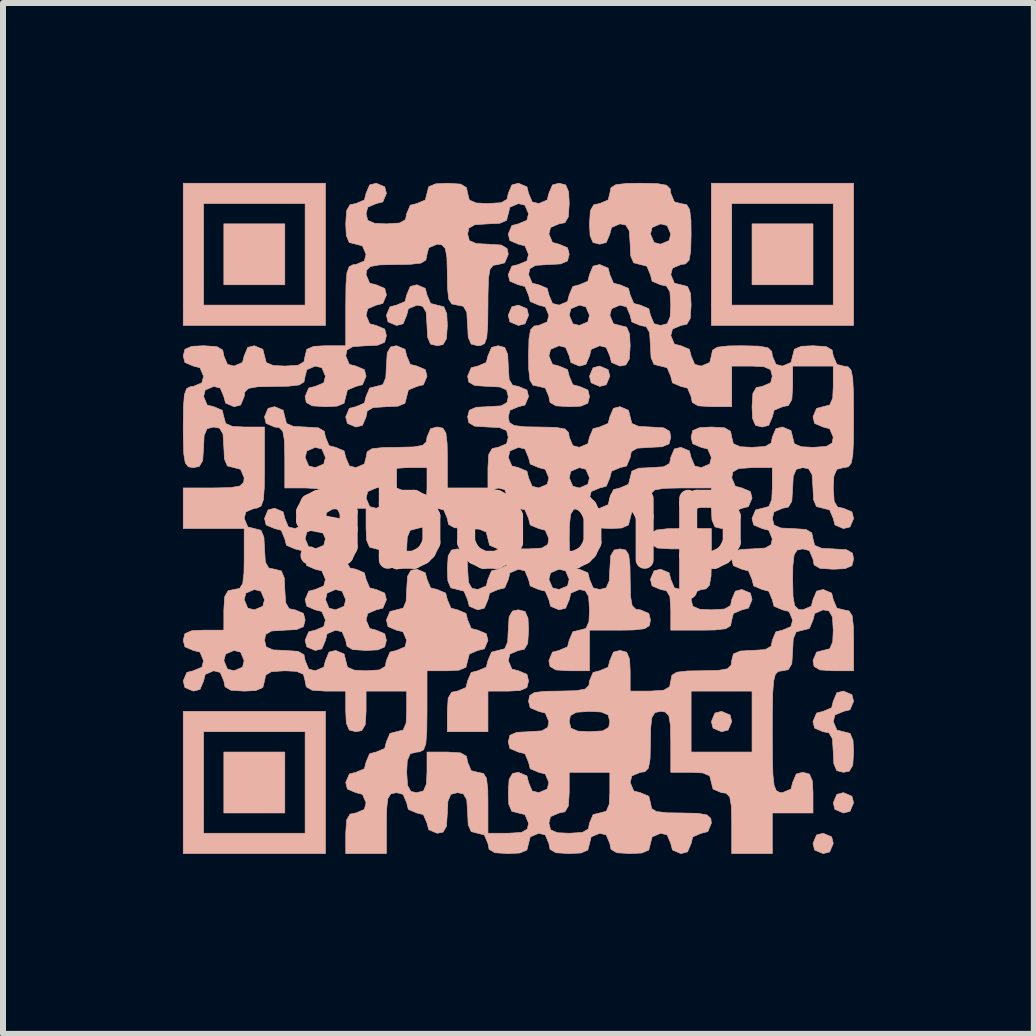
<source format=kicad_pcb>
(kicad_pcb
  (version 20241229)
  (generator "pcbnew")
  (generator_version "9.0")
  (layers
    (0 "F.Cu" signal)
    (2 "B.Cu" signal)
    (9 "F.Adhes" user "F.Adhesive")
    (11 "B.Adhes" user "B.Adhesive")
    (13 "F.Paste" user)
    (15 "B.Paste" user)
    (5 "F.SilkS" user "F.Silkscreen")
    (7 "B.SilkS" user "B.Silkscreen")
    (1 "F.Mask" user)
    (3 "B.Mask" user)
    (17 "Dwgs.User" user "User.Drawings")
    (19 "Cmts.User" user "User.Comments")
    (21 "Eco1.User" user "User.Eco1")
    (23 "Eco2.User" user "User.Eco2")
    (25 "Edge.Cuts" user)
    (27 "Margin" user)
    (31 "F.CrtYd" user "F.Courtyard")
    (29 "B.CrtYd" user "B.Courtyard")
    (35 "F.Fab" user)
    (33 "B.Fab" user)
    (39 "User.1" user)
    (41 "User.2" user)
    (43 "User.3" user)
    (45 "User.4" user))
  (footprint "qrcode"
    (layer "F.Cu")
    (at 5.593 5.593)
    (property "Reference" "qrcode" (at 0 0 0) (layer "B.SilkS") (effects (font (size 1.524 1.524) (thickness 0.3)) (justify mirror)))
    (attr smd)
    (fp_poly (pts (xy -3.895 -3.895) (xy -4.911 -3.895) (xy -4.911 -4.911) (xy -3.895 -4.911) (xy -3.895 -3.895)) (stroke (width 0.01) (type solid)) (fill yes) (layer "B.SilkS"))
    (fp_poly (pts (xy -3.895 4.911) (xy -4.911 4.911) (xy -4.911 3.895) (xy -3.895 3.895) (xy -3.895 4.911)) (stroke (width 0.01) (type solid)) (fill yes) (layer "B.SilkS"))
    (fp_poly (pts (xy 4.911 -3.895) (xy 3.895 -3.895) (xy 3.895 -4.911) (xy 4.911 -4.911) (xy 4.911 -3.895)) (stroke (width 0.01) (type solid)) (fill yes) (layer "B.SilkS"))
    (fp_poly (pts (xy 0.142 -3.496) (xy 0.169 -3.387) (xy 0.109 -3.245) (xy 0 -3.217) (xy -0.142 -3.277) (xy -0.169 -3.387) (xy -0.109 -3.528) (xy 0 -3.556) (xy 0.142 -3.496)) (stroke (width 0.01) (type solid)) (fill yes) (layer "B.SilkS"))
    (fp_poly (pts (xy 1.496 -2.48) (xy 1.524 -2.371) (xy 1.464 -2.229) (xy 1.355 -2.201) (xy 1.213 -2.261) (xy 1.185 -2.371) (xy 1.245 -2.512) (xy 1.355 -2.54) (xy 1.496 -2.48)) (stroke (width 0.01) (type solid)) (fill yes) (layer "B.SilkS"))
    (fp_poly (pts (xy 3.528 3.277) (xy 3.556 3.387) (xy 3.496 3.528) (xy 3.387 3.556) (xy 3.245 3.496) (xy 3.217 3.387) (xy 3.277 3.245) (xy 3.387 3.217) (xy 3.528 3.277)) (stroke (width 0.01) (type solid)) (fill yes) (layer "B.SilkS"))
    (fp_poly (pts (xy 5.222 5.309) (xy 5.249 5.419) (xy 5.189 5.56) (xy 5.08 5.588) (xy 4.938 5.528) (xy 4.911 5.419) (xy 4.971 5.277) (xy 5.08 5.249) (xy 5.222 5.309)) (stroke (width 0.01) (type solid)) (fill yes) (layer "B.SilkS"))
    (fp_poly (pts (xy 5.56 4.632) (xy 5.588 4.741) (xy 5.528 4.883) (xy 5.419 4.911) (xy 5.277 4.851) (xy 5.249 4.741) (xy 5.309 4.6) (xy 5.419 4.572) (xy 5.56 4.632)) (stroke (width 0.01) (type solid)) (fill yes) (layer "B.SilkS"))
    (fp_poly (pts (xy -3.217 -3.217) (xy -5.588 -3.217) (xy -5.588 -5.249) (xy -5.249 -5.249) (xy -5.249 -3.556) (xy -3.556 -3.556) (xy -3.556 -5.249) (xy -5.249 -5.249) (xy -5.588 -5.249) (xy -5.588 -5.588) (xy -3.217 -5.588) (xy -3.217 -3.217)) (stroke (width 0.01) (type solid)) (fill yes) (layer "B.SilkS"))
    (fp_poly (pts (xy -3.217 5.588) (xy -5.588 5.588) (xy -5.588 3.556) (xy -5.249 3.556) (xy -5.249 5.249) (xy -3.556 5.249) (xy -3.556 3.556) (xy -5.249 3.556) (xy -5.588 3.556) (xy -5.588 3.217) (xy -3.217 3.217) (xy -3.217 5.588)) (stroke (width 0.01) (type solid)) (fill yes) (layer "B.SilkS"))
    (fp_poly (pts (xy 5.588 -3.217) (xy 3.217 -3.217) (xy 3.217 -5.249) (xy 3.556 -5.249) (xy 3.556 -3.556) (xy 5.249 -3.556) (xy 5.249 -5.249) (xy 3.556 -5.249) (xy 3.217 -5.249) (xy 3.217 -5.588) (xy 5.588 -5.588) (xy 5.588 -3.217)) (stroke (width 0.01) (type solid)) (fill yes) (layer "B.SilkS"))
    (fp_poly (pts (xy -1.552 -3.835) (xy -1.524 -3.725) (xy -1.464 -3.584) (xy -1.355 -3.556) (xy -1.244 -3.528) (xy -1.195 -3.413) (xy -1.185 -3.217) (xy -1.2 -2.996) (xy -1.257 -2.898) (xy -1.355 -2.879) (xy -1.465 -2.907) (xy -1.514 -3.022) (xy -1.524 -3.217) (xy -1.538 -3.439) (xy -1.596 -3.537) (xy -1.693 -3.556) (xy -1.835 -3.496) (xy -1.863 -3.387) (xy -1.923 -3.245) (xy -2.032 -3.217) (xy -2.174 -3.277) (xy -2.201 -3.387) (xy -2.141 -3.528) (xy -2.032 -3.556) (xy -1.89 -3.616) (xy -1.863 -3.725) (xy -1.803 -3.867) (xy -1.693 -3.895) (xy -1.552 -3.835)) (stroke (width 0.01) (type solid)) (fill yes) (layer "B.SilkS"))
    (fp_poly (pts (xy 5.56 2.939) (xy 5.588 3.048) (xy 5.528 3.19) (xy 5.419 3.217) (xy 5.277 3.277) (xy 5.249 3.387) (xy 5.309 3.528) (xy 5.419 3.556) (xy 5.529 3.584) (xy 5.578 3.699) (xy 5.588 3.895) (xy 5.574 4.116) (xy 5.516 4.214) (xy 5.419 4.233) (xy 5.308 4.205) (xy 5.259 4.09) (xy 5.249 3.895) (xy 5.235 3.673) (xy 5.178 3.575) (xy 5.08 3.556) (xy 4.938 3.496) (xy 4.911 3.387) (xy 4.971 3.245) (xy 5.08 3.217) (xy 5.222 3.157) (xy 5.249 3.048) (xy 5.309 2.906) (xy 5.419 2.879) (xy 5.56 2.939)) (stroke (width 0.01) (type solid)) (fill yes) (layer "B.SilkS"))
    (fp_poly (pts (xy -1.89 -2.819) (xy -1.863 -2.709) (xy -1.803 -2.568) (xy -1.693 -2.54) (xy -1.552 -2.48) (xy -1.524 -2.371) (xy -1.584 -2.229) (xy -1.693 -2.201) (xy -1.835 -2.141) (xy -1.863 -2.032) (xy -1.891 -1.921) (xy -2.006 -1.872) (xy -2.201 -1.863) (xy -2.423 -1.848) (xy -2.521 -1.791) (xy -2.54 -1.693) (xy -2.6 -1.552) (xy -2.709 -1.524) (xy -2.851 -1.584) (xy -2.879 -1.693) (xy -2.819 -1.835) (xy -2.709 -1.863) (xy -2.568 -1.923) (xy -2.54 -2.032) (xy -2.48 -2.174) (xy -2.371 -2.201) (xy -2.26 -2.23) (xy -2.211 -2.345) (xy -2.201 -2.54) (xy -2.187 -2.762) (xy -2.13 -2.859) (xy -2.032 -2.879) (xy -1.89 -2.819)) (stroke (width 0.01) (type solid)) (fill yes) (layer "B.SilkS"))
    (fp_poly (pts (xy 0.111 1.552) (xy 0.16 1.667) (xy 0.169 1.863) (xy 0.155 2.084) (xy 0.098 2.182) (xy 0 2.201) (xy -0.142 2.261) (xy -0.169 2.371) (xy -0.109 2.512) (xy 0 2.54) (xy 0.142 2.6) (xy 0.169 2.709) (xy 0.141 2.82) (xy 0.026 2.869) (xy -0.169 2.879) (xy -0.508 2.879) (xy -0.508 3.556) (xy -1.185 3.556) (xy -1.185 3.217) (xy -1.171 2.996) (xy -1.114 2.898) (xy -1.016 2.879) (xy -0.874 2.819) (xy -0.847 2.709) (xy -0.787 2.568) (xy -0.677 2.54) (xy -0.536 2.48) (xy -0.508 2.371) (xy -0.448 2.229) (xy -0.339 2.201) (xy -0.228 2.173) (xy -0.179 2.058) (xy -0.169 1.863) (xy -0.155 1.641) (xy -0.098 1.543) (xy 0 1.524) (xy 0.111 1.552)) (stroke (width 0.01) (type solid)) (fill yes) (layer "B.SilkS"))
    (fp_poly (pts (xy 3.217 0.677) (xy 3.211 0.961) (xy 3.184 1.114) (xy 3.123 1.176) (xy 3.048 1.185) (xy 2.906 1.245) (xy 2.879 1.355) (xy 2.907 1.465) (xy 3.022 1.514) (xy 3.217 1.524) (xy 3.439 1.51) (xy 3.537 1.452) (xy 3.556 1.355) (xy 3.616 1.213) (xy 3.725 1.185) (xy 3.867 1.245) (xy 3.895 1.355) (xy 3.835 1.496) (xy 3.725 1.524) (xy 3.584 1.584) (xy 3.556 1.693) (xy 3.537 1.788) (xy 3.456 1.839) (xy 3.273 1.86) (xy 3.048 1.863) (xy 2.54 1.863) (xy 2.54 1.524) (xy 2.526 1.302) (xy 2.468 1.205) (xy 2.371 1.185) (xy 2.229 1.125) (xy 2.201 1.016) (xy 2.261 0.874) (xy 2.371 0.847) (xy 2.512 0.907) (xy 2.54 1.016) (xy 2.6 1.158) (xy 2.709 1.185) (xy 2.82 1.157) (xy 2.869 1.042) (xy 2.879 0.847) (xy 2.879 0.508) (xy 2.54 0.508) (xy 2.318 0.494) (xy 2.221 0.436) (xy 2.201 0.339) (xy 2.22 0.244) (xy 2.301 0.193) (xy 2.484 0.172) (xy 2.709 0.169) (xy 3.217 0.169) (xy 3.217 0.677)) (stroke (width 0.01) (type solid)) (fill yes) (layer "B.SilkS"))
    (fp_poly (pts (xy -0.228 -2.85) (xy -0.179 -2.735) (xy -0.169 -2.54) (xy -0.155 -2.318) (xy -0.098 -2.221) (xy 0 -2.201) (xy 0.142 -2.141) (xy 0.169 -2.032) (xy 0.109 -1.89) (xy 0 -1.863) (xy -0.142 -1.803) (xy -0.169 -1.693) (xy -0.151 -1.599) (xy -0.069 -1.548) (xy 0.114 -1.527) (xy 0.339 -1.524) (xy 0.622 -1.518) (xy 0.776 -1.491) (xy 0.837 -1.43) (xy 0.847 -1.355) (xy 0.907 -1.213) (xy 1.016 -1.185) (xy 1.158 -1.245) (xy 1.185 -1.355) (xy 1.245 -1.496) (xy 1.355 -1.524) (xy 1.496 -1.584) (xy 1.524 -1.693) (xy 1.584 -1.835) (xy 1.693 -1.863) (xy 1.835 -1.803) (xy 1.863 -1.693) (xy 1.891 -1.583) (xy 2.006 -1.534) (xy 2.201 -1.524) (xy 2.423 -1.51) (xy 2.521 -1.452) (xy 2.54 -1.355) (xy 2.512 -1.244) (xy 2.397 -1.195) (xy 2.201 -1.185) (xy 1.98 -1.171) (xy 1.882 -1.114) (xy 1.863 -1.016) (xy 1.803 -0.874) (xy 1.693 -0.847) (xy 1.552 -0.787) (xy 1.524 -0.677) (xy 1.464 -0.536) (xy 1.355 -0.508) (xy 1.213 -0.448) (xy 1.185 -0.339) (xy 1.125 -0.197) (xy 1.016 -0.169) (xy 0.921 -0.151) (xy 0.87 -0.069) (xy 0.85 0.114) (xy 0.847 0.339) (xy 0.853 0.622) (xy 0.88 0.776) (xy 0.941 0.837) (xy 1.016 0.847) (xy 1.158 0.907) (xy 1.185 1.016) (xy 1.245 1.158) (xy 1.355 1.185) (xy 1.465 1.157) (xy 1.514 1.042) (xy 1.524 0.847) (xy 1.538 0.625) (xy 1.596 0.527) (xy 1.693 0.508) (xy 1.788 0.527) (xy 1.839 0.608) (xy 1.86 0.791) (xy 1.863 1.016) (xy 1.869 1.3) (xy 1.896 1.453) (xy 1.957 1.515) (xy 2.032 1.524) (xy 2.174 1.584) (xy 2.201 1.693) (xy 2.183 1.788) (xy 2.101 1.839) (xy 1.918 1.86) (xy 1.693 1.863) (xy 1.185 1.863) (xy 1.185 2.54) (xy 0.847 2.54) (xy 0.625 2.526) (xy 0.527 2.468) (xy 0.508 2.371) (xy 0.568 2.229) (xy 0.677 2.201) (xy 0.819 2.141) (xy 0.847 2.032) (xy 0.907 1.89) (xy 1.016 1.863) (xy 1.127 1.834) (xy 1.176 1.719) (xy 1.185 1.524) (xy 1.171 1.302) (xy 1.114 1.205) (xy 1.016 1.185) (xy 0.874 1.245) (xy 0.847 1.355) (xy 0.787 1.496) (xy 0.677 1.524) (xy 0.536 1.464) (xy 0.508 1.355) (xy 0.448 1.213) (xy 0.339 1.185) (xy 0.197 1.125) (xy 0.169 1.016) (xy 0.508 1.016) (xy 0.568 1.158) (xy 0.677 1.185) (xy 0.819 1.125) (xy 0.847 1.016) (xy 0.787 0.874) (xy 0.677 0.847) (xy 0.536 0.907) (xy 0.508 1.016) (xy 0.169 1.016) (xy 0.109 0.874) (xy 0 0.847) (xy -0.142 0.907) (xy -0.169 1.016) (xy -0.229 1.158) (xy -0.339 1.185) (xy -0.48 1.245) (xy -0.508 1.355) (xy -0.568 1.496) (xy -0.677 1.524) (xy -0.819 1.464) (xy -0.847 1.355) (xy -0.907 1.213) (xy -1.016 1.185) (xy -1.127 1.157) (xy -1.176 1.042) (xy -1.185 0.847) (xy -1.171 0.625) (xy -1.114 0.527) (xy -1.016 0.508) (xy -0.905 0.536) (xy -0.856 0.651) (xy -0.847 0.847) (xy -0.832 1.068) (xy -0.775 1.166) (xy -0.677 1.185) (xy -0.536 1.125) (xy -0.508 1.016) (xy -0.448 0.874) (xy -0.339 0.847) (xy -0.197 0.787) (xy -0.169 0.677) (xy -0.229 0.536) (xy -0.339 0.508) (xy -0.48 0.448) (xy -0.508 0.339) (xy -0.536 0.228) (xy -0.651 0.179) (xy -0.847 0.169) (xy -1.068 0.155) (xy -1.166 0.098) (xy -1.185 0) (xy -1.245 -0.142) (xy -1.355 -0.169) (xy -1.496 -0.109) (xy -1.524 0) (xy -1.584 0.142) (xy -1.693 0.169) (xy -1.804 0.198) (xy -1.853 0.313) (xy -1.863 0.508) (xy -1.877 0.73) (xy -1.934 0.827) (xy -2.032 0.847) (xy -2.174 0.787) (xy -2.201 0.677) (xy -2.261 0.536) (xy -2.371 0.508) (xy -2.481 0.48) (xy -2.53 0.365) (xy -2.54 0.169) (xy -2.54 -0.169) (xy -2.879 -0.169) (xy -3.1 -0.155) (xy -3.198 -0.098) (xy -3.217 0) (xy -3.157 0.142) (xy -3.048 0.169) (xy -2.937 0.198) (xy -2.888 0.313) (xy -2.879 0.508) (xy -2.864 0.73) (xy -2.807 0.827) (xy -2.709 0.847) (xy -2.568 0.907) (xy -2.54 1.016) (xy -2.48 1.158) (xy -2.371 1.185) (xy -2.229 1.245) (xy -2.201 1.355) (xy -2.261 1.496) (xy -2.371 1.524) (xy -2.512 1.584) (xy -2.54 1.693) (xy -2.48 1.835) (xy -2.371 1.863) (xy -2.229 1.923) (xy -2.201 2.032) (xy -2.23 2.143) (xy -2.345 2.192) (xy -2.54 2.201) (xy -2.762 2.187) (xy -2.859 2.13) (xy -2.879 2.032) (xy -2.939 1.89) (xy -3.048 1.863) (xy -3.19 1.923) (xy -3.217 2.032) (xy -3.277 2.174) (xy -3.387 2.201) (xy -3.528 2.141) (xy -3.556 2.032) (xy -3.496 1.89) (xy -3.387 1.863) (xy -3.245 1.803) (xy -3.217 1.693) (xy -3.277 1.552) (xy -3.387 1.524) (xy -3.528 1.464) (xy -3.556 1.355) (xy -3.217 1.355) (xy -3.157 1.496) (xy -3.048 1.524) (xy -2.906 1.464) (xy -2.879 1.355) (xy -2.939 1.213) (xy -3.048 1.185) (xy -3.19 1.245) (xy -3.217 1.355) (xy -3.556 1.355) (xy -3.496 1.213) (xy -3.387 1.185) (xy -3.245 1.125) (xy -3.217 1.016) (xy -3.277 0.874) (xy -3.387 0.847) (xy -3.528 0.787) (xy -3.556 0.677) (xy -3.616 0.536) (xy -3.725 0.508) (xy -3.867 0.448) (xy -3.895 0.339) (xy -3.556 0.339) (xy -3.496 0.48) (xy -3.387 0.508) (xy -3.245 0.448) (xy -3.217 0.339) (xy -3.277 0.197) (xy -3.387 0.169) (xy -3.528 0.229) (xy -3.556 0.339) (xy -3.895 0.339) (xy -3.955 0.197) (xy -4.064 0.169) (xy -4.206 0.109) (xy -4.233 0) (xy -4.173 -0.142) (xy -4.064 -0.169) (xy -3.922 -0.109) (xy -3.895 0) (xy -3.835 0.142) (xy -3.725 0.169) (xy -3.584 0.109) (xy -3.556 0) (xy -3.496 -0.142) (xy -3.387 -0.169) (xy -3.245 -0.229) (xy -3.217 -0.339) (xy -2.54 -0.339) (xy -2.48 -0.197) (xy -2.371 -0.169) (xy -2.229 -0.229) (xy -2.201 -0.339) (xy -2.141 -0.48) (xy -2.032 -0.508) (xy -1.89 -0.448) (xy -1.863 -0.339) (xy -1.803 -0.197) (xy -1.693 -0.169) (xy -1.583 -0.198) (xy -1.534 -0.313) (xy -1.532 -0.339) (xy -0.508 -0.339) (xy -0.448 -0.197) (xy -0.339 -0.169) (xy -0.228 -0.141) (xy -0.179 -0.026) (xy -0.169 0.169) (xy -0.169 0.508) (xy 0.169 0.508) (xy 0.391 0.494) (xy 0.489 0.436) (xy 0.508 0.339) (xy 0.448 0.197) (xy 0.339 0.169) (xy 0.197 0.109) (xy 0.169 0) (xy 0.109 -0.142) (xy 0 -0.169) (xy -0.142 -0.229) (xy -0.169 -0.339) (xy -0.229 -0.48) (xy -0.339 -0.508) (xy -0.48 -0.448) (xy -0.508 -0.339) (xy -1.532 -0.339) (xy -1.524 -0.508) (xy -1.524 -0.847) (xy -1.863 -0.847) (xy -2.084 -0.832) (xy -2.182 -0.775) (xy -2.201 -0.677) (xy -2.261 -0.536) (xy -2.371 -0.508) (xy -2.512 -0.448) (xy -2.54 -0.339) (xy -3.217 -0.339) (xy -3.246 -0.449) (xy -3.361 -0.498) (xy -3.556 -0.508) (xy -3.895 -0.508) (xy -3.895 -1.016) (xy -3.556 -1.016) (xy -3.496 -0.874) (xy -3.387 -0.847) (xy -3.245 -0.907) (xy -3.217 -1.016) (xy -3.277 -1.158) (xy -3.387 -1.185) (xy -3.528 -1.125) (xy -3.556 -1.016) (xy -3.895 -1.016) (xy -3.901 -1.3) (xy -3.928 -1.453) (xy -3.989 -1.515) (xy -4.064 -1.524) (xy -4.206 -1.584) (xy -4.233 -1.693) (xy -4.173 -1.835) (xy -4.064 -1.863) (xy -3.922 -1.803) (xy -3.895 -1.693) (xy -3.866 -1.583) (xy -3.751 -1.534) (xy -3.556 -1.524) (xy -3.334 -1.51) (xy -3.237 -1.452) (xy -3.217 -1.355) (xy -3.157 -1.213) (xy -3.048 -1.185) (xy -2.906 -1.125) (xy -2.879 -1.016) (xy -2.819 -0.874) (xy -2.709 -0.847) (xy -2.568 -0.907) (xy -2.54 -1.016) (xy -2.521 -1.111) (xy -2.44 -1.162) (xy -2.257 -1.182) (xy -2.032 -1.185) (xy -1.748 -1.192) (xy -1.595 -1.219) (xy -1.533 -1.28) (xy -1.524 -1.355) (xy -1.464 -1.496) (xy -1.355 -1.524) (xy -1.26 -1.505) (xy -1.209 -1.424) (xy -1.188 -1.241) (xy -1.185 -1.016) (xy -1.185 -0.508) (xy -0.508 -0.508) (xy -0.508 -0.847) (xy -0.497 -1.016) (xy -0.169 -1.016) (xy -0.109 -0.874) (xy 0 -0.847) (xy 0.142 -0.787) (xy 0.169 -0.677) (xy 0.229 -0.536) (xy 0.339 -0.508) (xy 0.48 -0.568) (xy 0.508 -0.677) (xy 0.847 -0.677) (xy 0.907 -0.536) (xy 1.016 -0.508) (xy 1.158 -0.568) (xy 1.185 -0.677) (xy 1.125 -0.819) (xy 1.016 -0.847) (xy 0.874 -0.787) (xy 0.847 -0.677) (xy 0.508 -0.677) (xy 0.448 -0.819) (xy 0.339 -0.847) (xy 0.197 -0.907) (xy 0.169 -1.016) (xy 0.109 -1.158) (xy 0 -1.185) (xy -0.142 -1.125) (xy -0.169 -1.016) (xy -0.497 -1.016) (xy -0.494 -1.068) (xy -0.436 -1.166) (xy -0.339 -1.185) (xy -0.197 -1.245) (xy -0.169 -1.355) (xy -0.198 -1.465) (xy -0.313 -1.514) (xy -0.508 -1.524) (xy -0.73 -1.538) (xy -0.827 -1.596) (xy -0.847 -1.693) (xy -0.818 -1.804) (xy -0.703 -1.853) (xy -0.508 -1.863) (xy -0.286 -1.877) (xy -0.189 -1.934) (xy -0.169 -2.032) (xy -0.198 -2.143) (xy -0.313 -2.192) (xy -0.508 -2.201) (xy -0.73 -2.216) (xy -0.827 -2.273) (xy -0.847 -2.371) (xy -0.787 -2.512) (xy -0.677 -2.54) (xy -0.536 -2.6) (xy -0.508 -2.709) (xy -0.448 -2.851) (xy -0.339 -2.879) (xy -0.228 -2.85)) (stroke (width 0.01) (type solid)) (fill yes) (layer "B.SilkS"))
    (fp_poly (pts (xy 2.316 -5.582) (xy 2.469 -5.555) (xy 2.531 -5.494) (xy 2.54 -5.419) (xy 2.6 -5.277) (xy 2.709 -5.249) (xy 2.804 -5.231) (xy 2.855 -5.149) (xy 2.876 -4.966) (xy 2.879 -4.741) (xy 2.872 -4.458) (xy 2.845 -4.304) (xy 2.784 -4.243) (xy 2.709 -4.233) (xy 2.568 -4.173) (xy 2.54 -4.064) (xy 2.6 -3.922) (xy 2.709 -3.895) (xy 2.82 -3.866) (xy 2.869 -3.751) (xy 2.879 -3.556) (xy 2.864 -3.334) (xy 2.807 -3.237) (xy 2.709 -3.217) (xy 2.568 -3.157) (xy 2.54 -3.048) (xy 2.6 -2.906) (xy 2.709 -2.879) (xy 2.851 -2.819) (xy 2.879 -2.709) (xy 2.939 -2.568) (xy 3.048 -2.54) (xy 3.19 -2.6) (xy 3.217 -2.709) (xy 3.236 -2.804) (xy 3.317 -2.855) (xy 3.5 -2.876) (xy 3.725 -2.879) (xy 4.009 -2.872) (xy 4.162 -2.845) (xy 4.224 -2.784) (xy 4.233 -2.709) (xy 4.293 -2.568) (xy 4.403 -2.54) (xy 4.544 -2.6) (xy 4.572 -2.709) (xy 4.6 -2.82) (xy 4.715 -2.869) (xy 4.911 -2.879) (xy 5.132 -2.864) (xy 5.23 -2.807) (xy 5.249 -2.709) (xy 5.309 -2.568) (xy 5.419 -2.54) (xy 5.496 -2.528) (xy 5.545 -2.473) (xy 5.573 -2.343) (xy 5.585 -2.109) (xy 5.588 -1.739) (xy 5.588 -1.693) (xy 5.586 -1.308) (xy 5.575 -1.061) (xy 5.549 -0.923) (xy 5.502 -0.861) (xy 5.428 -0.847) (xy 5.419 -0.847) (xy 5.308 -0.818) (xy 5.259 -0.703) (xy 5.249 -0.508) (xy 5.264 -0.286) (xy 5.321 -0.189) (xy 5.419 -0.169) (xy 5.56 -0.109) (xy 5.588 0) (xy 5.528 0.142) (xy 5.419 0.169) (xy 5.277 0.109) (xy 5.249 0) (xy 5.189 -0.142) (xy 5.08 -0.169) (xy 4.969 -0.198) (xy 4.92 -0.313) (xy 4.911 -0.508) (xy 4.896 -0.73) (xy 4.839 -0.827) (xy 4.741 -0.847) (xy 4.631 -0.818) (xy 4.582 -0.703) (xy 4.572 -0.508) (xy 4.558 -0.286) (xy 4.5 -0.189) (xy 4.403 -0.169) (xy 4.261 -0.109) (xy 4.233 0) (xy 4.262 0.111) (xy 4.377 0.16) (xy 4.572 0.169) (xy 4.794 0.184) (xy 4.891 0.241) (xy 4.911 0.339) (xy 4.939 0.449) (xy 5.054 0.498) (xy 5.249 0.508) (xy 5.471 0.522) (xy 5.569 0.58) (xy 5.588 0.677) (xy 5.56 0.788) (xy 5.445 0.837) (xy 5.249 0.847) (xy 5.028 0.832) (xy 4.93 0.775) (xy 4.911 0.677) (xy 4.851 0.536) (xy 4.741 0.508) (xy 4.647 0.527) (xy 4.596 0.608) (xy 4.575 0.791) (xy 4.572 1.016) (xy 4.578 1.3) (xy 4.605 1.453) (xy 4.666 1.515) (xy 4.741 1.524) (xy 4.883 1.464) (xy 4.911 1.355) (xy 4.971 1.213) (xy 5.08 1.185) (xy 5.222 1.245) (xy 5.249 1.355) (xy 5.309 1.496) (xy 5.419 1.524) (xy 5.513 1.543) (xy 5.564 1.624) (xy 5.585 1.807) (xy 5.588 2.032) (xy 5.588 2.54) (xy 5.249 2.54) (xy 5.028 2.526) (xy 4.93 2.468) (xy 4.911 2.371) (xy 4.971 2.229) (xy 5.08 2.201) (xy 5.191 2.173) (xy 5.24 2.058) (xy 5.249 1.863) (xy 5.235 1.641) (xy 5.178 1.543) (xy 5.08 1.524) (xy 4.938 1.584) (xy 4.911 1.693) (xy 4.851 1.835) (xy 4.741 1.863) (xy 4.631 1.891) (xy 4.582 2.006) (xy 4.572 2.201) (xy 4.558 2.423) (xy 4.5 2.521) (xy 4.403 2.54) (xy 4.331 2.55) (xy 4.283 2.599) (xy 4.254 2.714) (xy 4.239 2.924) (xy 4.234 3.257) (xy 4.233 3.556) (xy 4.235 3.985) (xy 4.243 4.273) (xy 4.262 4.447) (xy 4.297 4.536) (xy 4.353 4.568) (xy 4.403 4.572) (xy 4.544 4.512) (xy 4.572 4.403) (xy 4.632 4.261) (xy 4.741 4.233) (xy 4.852 4.262) (xy 4.901 4.377) (xy 4.911 4.572) (xy 4.911 4.911) (xy 4.233 4.911) (xy 4.233 5.588) (xy 3.556 5.588) (xy 3.556 5.08) (xy 3.55 4.796) (xy 3.523 4.643) (xy 3.462 4.581) (xy 3.387 4.572) (xy 3.245 4.512) (xy 3.217 4.403) (xy 3.189 4.292) (xy 3.074 4.243) (xy 2.879 4.233) (xy 2.54 4.233) (xy 2.54 3.725) (xy 2.534 3.442) (xy 2.507 3.288) (xy 2.446 3.227) (xy 2.371 3.217) (xy 2.276 3.236) (xy 2.225 3.317) (xy 2.204 3.5) (xy 2.201 3.725) (xy 2.195 4.009) (xy 2.168 4.162) (xy 2.107 4.224) (xy 2.032 4.233) (xy 1.89 4.293) (xy 1.863 4.403) (xy 1.923 4.544) (xy 2.032 4.572) (xy 2.174 4.632) (xy 2.201 4.741) (xy 2.22 4.836) (xy 2.301 4.887) (xy 2.484 4.908) (xy 2.709 4.911) (xy 2.993 4.917) (xy 3.146 4.944) (xy 3.208 5.005) (xy 3.217 5.08) (xy 3.157 5.222) (xy 3.048 5.249) (xy 2.906 5.309) (xy 2.879 5.419) (xy 2.819 5.56) (xy 2.709 5.588) (xy 2.568 5.528) (xy 2.54 5.419) (xy 2.48 5.277) (xy 2.371 5.249) (xy 2.229 5.309) (xy 2.201 5.419) (xy 2.173 5.529) (xy 2.058 5.578) (xy 1.863 5.588) (xy 1.641 5.574) (xy 1.543 5.516) (xy 1.524 5.419) (xy 1.464 5.277) (xy 1.355 5.249) (xy 1.213 5.309) (xy 1.185 5.419) (xy 1.157 5.529) (xy 1.042 5.578) (xy 0.847 5.588) (xy 0.625 5.574) (xy 0.527 5.516) (xy 0.508 5.419) (xy 0.448 5.277) (xy 0.339 5.249) (xy 0.197 5.309) (xy 0.169 5.419) (xy 0.141 5.529) (xy 0.026 5.578) (xy -0.169 5.588) (xy -0.391 5.574) (xy -0.489 5.516) (xy -0.508 5.419) (xy -0.568 5.277) (xy -0.677 5.249) (xy -0.788 5.221) (xy -0.837 5.106) (xy -0.847 4.911) (xy -0.861 4.689) (xy -0.918 4.591) (xy -1.016 4.572) (xy -1.127 4.6) (xy -1.176 4.715) (xy -1.185 4.911) (xy -1.2 5.132) (xy -1.257 5.23) (xy -1.355 5.249) (xy -1.496 5.189) (xy -1.524 5.08) (xy -1.584 4.938) (xy -1.693 4.911) (xy -1.835 4.851) (xy -1.863 4.741) (xy -1.923 4.6) (xy -2.032 4.572) (xy -2.127 4.591) (xy -2.178 4.672) (xy -2.198 4.855) (xy -2.201 5.08) (xy -2.201 5.588) (xy -2.879 5.588) (xy -2.879 5.249) (xy -2.864 5.028) (xy -2.807 4.93) (xy -2.709 4.911) (xy -2.568 4.851) (xy -2.54 4.741) (xy -2.6 4.6) (xy -2.709 4.572) (xy -2.851 4.512) (xy -2.879 4.403) (xy -2.819 4.261) (xy -2.709 4.233) (xy -2.568 4.173) (xy -2.54 4.064) (xy -2.48 3.922) (xy -2.371 3.895) (xy -2.229 3.835) (xy -2.201 3.725) (xy -2.141 3.584) (xy -2.032 3.556) (xy -1.921 3.528) (xy -1.872 3.413) (xy -1.863 3.217) (xy -1.863 2.879) (xy -2.54 2.879) (xy -2.54 3.217) (xy -2.554 3.439) (xy -2.612 3.537) (xy -2.709 3.556) (xy -2.82 3.528) (xy -2.869 3.413) (xy -2.879 3.217) (xy -2.879 2.879) (xy -3.217 2.879) (xy -3.439 2.864) (xy -3.537 2.807) (xy -3.556 2.709) (xy -3.584 2.599) (xy -3.699 2.55) (xy -3.895 2.54) (xy -4.116 2.554) (xy -4.214 2.612) (xy -4.233 2.709) (xy -4.262 2.82) (xy -4.377 2.869) (xy -4.572 2.879) (xy -4.794 2.864) (xy -4.891 2.807) (xy -4.911 2.709) (xy -4.971 2.568) (xy -5.08 2.54) (xy -5.222 2.6) (xy -5.249 2.709) (xy -5.309 2.851) (xy -5.419 2.879) (xy -5.56 2.819) (xy -5.588 2.709) (xy -5.528 2.568) (xy -5.419 2.54) (xy -5.277 2.48) (xy -5.249 2.371) (xy -4.911 2.371) (xy -4.851 2.512) (xy -4.741 2.54) (xy -4.6 2.48) (xy -4.572 2.371) (xy -4.632 2.229) (xy -4.741 2.201) (xy -4.883 2.261) (xy -4.911 2.371) (xy -5.249 2.371) (xy -5.309 2.229) (xy -5.419 2.201) (xy -5.56 2.141) (xy -5.588 2.032) (xy -5.56 1.921) (xy -5.445 1.872) (xy -5.249 1.863) (xy -4.911 1.863) (xy -4.911 1.524) (xy -4.9 1.355) (xy -4.572 1.355) (xy -4.512 1.496) (xy -4.403 1.524) (xy -4.261 1.464) (xy -4.233 1.355) (xy -4.293 1.213) (xy -4.403 1.185) (xy -4.544 1.245) (xy -4.572 1.355) (xy -4.9 1.355) (xy -4.896 1.302) (xy -4.839 1.205) (xy -4.741 1.185) (xy -4.647 1.167) (xy -4.596 1.085) (xy -4.575 0.902) (xy -4.572 0.677) (xy -4.572 0.169) (xy -5.588 0.169) (xy -5.588 -0.508) (xy -5.08 -0.508) (xy -4.796 -0.514) (xy -4.643 -0.541) (xy -4.581 -0.602) (xy -4.572 -0.677) (xy -4.632 -0.819) (xy -4.741 -0.847) (xy -4.852 -0.875) (xy -4.901 -0.99) (xy -4.911 -1.185) (xy -4.925 -1.407) (xy -4.982 -1.505) (xy -5.08 -1.524) (xy -5.191 -1.496) (xy -5.24 -1.381) (xy -5.249 -1.185) (xy -5.264 -0.964) (xy -5.321 -0.866) (xy -5.419 -0.847) (xy -5.503 -0.861) (xy -5.554 -0.926) (xy -5.579 -1.076) (xy -5.587 -1.345) (xy -5.588 -1.524) (xy -5.584 -1.861) (xy -5.571 -2.032) (xy -5.249 -2.032) (xy -5.189 -1.89) (xy -5.08 -1.863) (xy -4.938 -1.803) (xy -4.911 -1.693) (xy -4.882 -1.583) (xy -4.767 -1.534) (xy -4.572 -1.524) (xy -4.233 -1.524) (xy -4.233 -0.847) (xy -4.237 -0.509) (xy -4.253 -0.307) (xy -4.291 -0.206) (xy -4.358 -0.172) (xy -4.403 -0.169) (xy -4.544 -0.109) (xy -4.572 0) (xy -4.512 0.142) (xy -4.403 0.169) (xy -4.292 0.198) (xy -4.243 0.313) (xy -4.233 0.508) (xy -4.219 0.73) (xy -4.162 0.827) (xy -4.064 0.847) (xy -3.953 0.875) (xy -3.904 0.99) (xy -3.895 1.185) (xy -3.88 1.407) (xy -3.823 1.505) (xy -3.725 1.524) (xy -3.584 1.584) (xy -3.556 1.693) (xy -3.584 1.804) (xy -3.699 1.853) (xy -3.895 1.863) (xy -4.116 1.877) (xy -4.214 1.934) (xy -4.233 2.032) (xy -4.205 2.143) (xy -4.09 2.192) (xy -3.895 2.201) (xy -3.673 2.216) (xy -3.575 2.273) (xy -3.556 2.371) (xy -3.496 2.512) (xy -3.387 2.54) (xy -3.245 2.48) (xy -3.217 2.371) (xy -3.157 2.229) (xy -3.048 2.201) (xy -2.906 2.261) (xy -2.879 2.371) (xy -2.85 2.481) (xy -2.735 2.53) (xy -2.54 2.54) (xy -2.318 2.526) (xy -2.221 2.468) (xy -2.201 2.371) (xy -2.141 2.229) (xy -2.032 2.201) (xy -1.89 2.141) (xy -1.863 2.032) (xy -1.923 1.89) (xy -2.032 1.863) (xy -2.174 1.803) (xy -2.201 1.693) (xy -2.141 1.552) (xy -2.032 1.524) (xy -1.921 1.496) (xy -1.872 1.381) (xy -1.863 1.185) (xy -1.848 0.964) (xy -1.791 0.866) (xy -1.693 0.847) (xy -1.552 0.907) (xy -1.524 1.016) (xy -1.464 1.158) (xy -1.355 1.185) (xy -1.213 1.245) (xy -1.185 1.355) (xy -1.125 1.496) (xy -1.016 1.524) (xy -0.874 1.584) (xy -0.847 1.693) (xy -0.787 1.835) (xy -0.677 1.863) (xy -0.536 1.923) (xy -0.508 2.032) (xy -0.568 2.174) (xy -0.677 2.201) (xy -0.819 2.261) (xy -0.847 2.371) (xy -0.875 2.481) (xy -0.99 2.53) (xy -1.185 2.54) (xy -1.524 2.54) (xy -1.524 3.217) (xy -1.528 3.555) (xy -1.544 3.757) (xy -1.581 3.858) (xy -1.649 3.892) (xy -1.693 3.895) (xy -1.804 3.923) (xy -1.853 4.038) (xy -1.863 4.233) (xy -1.848 4.455) (xy -1.791 4.553) (xy -1.693 4.572) (xy -1.583 4.544) (xy -1.534 4.429) (xy -1.524 4.233) (xy -1.524 3.895) (xy -1.185 3.895) (xy -0.964 3.909) (xy -0.866 3.966) (xy -0.847 4.064) (xy -0.787 4.206) (xy -0.677 4.233) (xy -0.583 4.252) (xy -0.532 4.333) (xy -0.511 4.516) (xy -0.508 4.741) (xy -0.508 5.249) (xy -0.169 5.249) (xy 0.052 5.235) (xy 0.15 5.178) (xy 0.169 5.08) (xy 0.508 5.08) (xy 0.536 5.191) (xy 0.651 5.24) (xy 0.847 5.249) (xy 1.068 5.235) (xy 1.166 5.178) (xy 1.185 5.08) (xy 1.245 4.938) (xy 1.355 4.911) (xy 1.465 4.882) (xy 1.514 4.767) (xy 1.524 4.572) (xy 1.524 4.233) (xy 0.847 4.233) (xy 0.847 4.572) (xy 0.832 4.794) (xy 0.775 4.891) (xy 0.677 4.911) (xy 0.536 4.971) (xy 0.508 5.08) (xy 0.169 5.08) (xy 0.109 4.938) (xy 0 4.911) (xy -0.111 4.882) (xy -0.16 4.767) (xy -0.169 4.572) (xy -0.155 4.35) (xy -0.098 4.253) (xy 0 4.233) (xy 0.142 4.293) (xy 0.169 4.403) (xy 0.229 4.544) (xy 0.339 4.572) (xy 0.48 4.512) (xy 0.508 4.403) (xy 0.448 4.261) (xy 0.339 4.233) (xy 0.197 4.173) (xy 0.169 4.064) (xy 0.109 3.922) (xy 0 3.895) (xy -0.142 3.835) (xy -0.169 3.725) (xy -0.141 3.615) (xy -0.026 3.566) (xy 0.169 3.556) (xy 0.391 3.542) (xy 0.489 3.484) (xy 0.508 3.387) (xy 0.847 3.387) (xy 0.875 3.497) (xy 0.99 3.546) (xy 1.185 3.556) (xy 1.407 3.542) (xy 1.505 3.484) (xy 1.524 3.387) (xy 1.496 3.276) (xy 1.381 3.227) (xy 1.185 3.217) (xy 0.964 3.232) (xy 0.866 3.289) (xy 0.847 3.387) (xy 0.508 3.387) (xy 0.448 3.245) (xy 0.339 3.217) (xy 0.197 3.157) (xy 0.169 3.048) (xy 0.188 2.953) (xy 0.269 2.902) (xy 0.452 2.882) (xy 0.677 2.879) (xy 0.961 2.872) (xy 1.114 2.845) (xy 1.176 2.784) (xy 1.185 2.709) (xy 1.245 2.568) (xy 1.355 2.54) (xy 1.496 2.48) (xy 1.524 2.371) (xy 1.584 2.229) (xy 1.693 2.201) (xy 1.804 2.23) (xy 1.853 2.345) (xy 1.863 2.54) (xy 1.863 2.879) (xy 2.201 2.879) (xy 2.879 2.879) (xy 2.879 3.895) (xy 3.895 3.895) (xy 3.895 2.879) (xy 2.879 2.879) (xy 2.201 2.879) (xy 2.423 2.864) (xy 2.521 2.807) (xy 2.54 2.709) (xy 2.559 2.615) (xy 2.64 2.564) (xy 2.823 2.543) (xy 3.048 2.54) (xy 3.332 2.534) (xy 3.485 2.507) (xy 3.547 2.446) (xy 3.556 2.371) (xy 3.584 2.26) (xy 3.699 2.211) (xy 3.895 2.201) (xy 4.116 2.187) (xy 4.214 2.13) (xy 4.233 2.032) (xy 4.293 1.89) (xy 4.403 1.863) (xy 4.544 1.803) (xy 4.572 1.693) (xy 4.512 1.552) (xy 4.403 1.524) (xy 4.261 1.464) (xy 4.233 1.355) (xy 4.173 1.213) (xy 4.064 1.185) (xy 3.922 1.125) (xy 3.895 1.016) (xy 3.835 0.874) (xy 3.725 0.847) (xy 3.584 0.787) (xy 3.556 0.677) (xy 3.584 0.567) (xy 3.699 0.518) (xy 3.895 0.508) (xy 4.116 0.494) (xy 4.214 0.436) (xy 4.233 0.339) (xy 4.173 0.197) (xy 4.064 0.169) (xy 3.922 0.109) (xy 3.895 0) (xy 3.955 -0.142) (xy 4.064 -0.169) (xy 4.175 -0.198) (xy 4.224 -0.313) (xy 4.233 -0.508) (xy 4.233 -0.847) (xy 3.895 -0.847) (xy 3.673 -0.832) (xy 3.575 -0.775) (xy 3.556 -0.677) (xy 3.616 -0.536) (xy 3.725 -0.508) (xy 3.867 -0.448) (xy 3.895 -0.339) (xy 3.835 -0.197) (xy 3.725 -0.169) (xy 3.584 -0.109) (xy 3.556 0) (xy 3.496 0.142) (xy 3.387 0.169) (xy 3.276 0.141) (xy 3.227 0.026) (xy 3.217 -0.169) (xy 3.217 -0.508) (xy 2.709 -0.508) (xy 2.426 -0.502) (xy 2.272 -0.475) (xy 2.211 -0.414) (xy 2.201 -0.339) (xy 2.141 -0.197) (xy 2.032 -0.169) (xy 1.89 -0.109) (xy 1.863 0) (xy 1.834 0.111) (xy 1.719 0.16) (xy 1.524 0.169) (xy 1.302 0.155) (xy 1.205 0.098) (xy 1.185 0) (xy 1.245 -0.142) (xy 1.355 -0.169) (xy 1.496 -0.229) (xy 1.524 -0.339) (xy 1.584 -0.48) (xy 1.693 -0.508) (xy 1.835 -0.568) (xy 1.863 -0.677) (xy 1.891 -0.788) (xy 2.006 -0.837) (xy 2.201 -0.847) (xy 2.423 -0.861) (xy 2.521 -0.918) (xy 2.54 -1.016) (xy 2.6 -1.158) (xy 2.709 -1.185) (xy 2.851 -1.125) (xy 2.879 -1.016) (xy 2.939 -0.874) (xy 3.048 -0.847) (xy 3.19 -0.907) (xy 3.217 -1.016) (xy 3.157 -1.158) (xy 3.048 -1.185) (xy 2.906 -1.245) (xy 2.879 -1.355) (xy 2.907 -1.465) (xy 3.022 -1.514) (xy 3.217 -1.524) (xy 3.439 -1.51) (xy 3.537 -1.452) (xy 3.556 -1.355) (xy 3.584 -1.244) (xy 3.699 -1.195) (xy 3.895 -1.185) (xy 4.116 -1.2) (xy 4.214 -1.257) (xy 4.233 -1.355) (xy 4.293 -1.496) (xy 4.403 -1.524) (xy 4.544 -1.464) (xy 4.572 -1.355) (xy 4.6 -1.244) (xy 4.715 -1.195) (xy 4.911 -1.185) (xy 5.132 -1.2) (xy 5.23 -1.257) (xy 5.249 -1.355) (xy 5.189 -1.496) (xy 5.08 -1.524) (xy 4.938 -1.584) (xy 4.911 -1.693) (xy 4.971 -1.835) (xy 5.08 -1.863) (xy 5.191 -1.891) (xy 5.24 -2.006) (xy 5.249 -2.201) (xy 5.249 -2.54) (xy 4.572 -2.54) (xy 4.572 -2.201) (xy 4.558 -1.98) (xy 4.5 -1.882) (xy 4.403 -1.863) (xy 4.261 -1.803) (xy 4.233 -1.693) (xy 4.173 -1.552) (xy 4.064 -1.524) (xy 3.953 -1.552) (xy 3.904 -1.667) (xy 3.895 -1.863) (xy 3.909 -2.084) (xy 3.966 -2.182) (xy 4.064 -2.201) (xy 4.206 -2.261) (xy 4.233 -2.371) (xy 4.205 -2.481) (xy 4.09 -2.53) (xy 3.895 -2.54) (xy 3.556 -2.54) (xy 3.556 -1.863) (xy 3.217 -1.863) (xy 2.996 -1.877) (xy 2.898 -1.934) (xy 2.879 -2.032) (xy 2.819 -2.174) (xy 2.709 -2.201) (xy 2.568 -2.261) (xy 2.54 -2.371) (xy 2.48 -2.512) (xy 2.371 -2.54) (xy 2.26 -2.568) (xy 2.211 -2.683) (xy 2.201 -2.879) (xy 2.187 -3.1) (xy 2.13 -3.198) (xy 2.032 -3.217) (xy 1.89 -3.277) (xy 1.863 -3.387) (xy 1.803 -3.528) (xy 1.693 -3.556) (xy 1.552 -3.496) (xy 1.524 -3.387) (xy 1.584 -3.245) (xy 1.693 -3.217) (xy 1.804 -3.189) (xy 1.853 -3.074) (xy 1.863 -2.879) (xy 1.848 -2.657) (xy 1.791 -2.559) (xy 1.693 -2.54) (xy 1.552 -2.6) (xy 1.524 -2.709) (xy 1.464 -2.851) (xy 1.355 -2.879) (xy 1.213 -2.819) (xy 1.185 -2.709) (xy 1.125 -2.568) (xy 1.016 -2.54) (xy 0.874 -2.6) (xy 0.847 -2.709) (xy 0.787 -2.851) (xy 0.677 -2.879) (xy 0.536 -2.819) (xy 0.508 -2.709) (xy 0.568 -2.568) (xy 0.677 -2.54) (xy 0.819 -2.48) (xy 0.847 -2.371) (xy 0.907 -2.229) (xy 1.016 -2.201) (xy 1.158 -2.141) (xy 1.185 -2.032) (xy 1.157 -1.921) (xy 1.042 -1.872) (xy 0.847 -1.863) (xy 0.625 -1.877) (xy 0.527 -1.934) (xy 0.508 -2.032) (xy 0.448 -2.174) (xy 0.339 -2.201) (xy 0.244 -2.22) (xy 0.193 -2.301) (xy 0.172 -2.484) (xy 0.169 -2.709) (xy 0.176 -2.993) (xy 0.203 -3.146) (xy 0.264 -3.208) (xy 0.339 -3.217) (xy 0.48 -3.277) (xy 0.508 -3.387) (xy 0.847 -3.387) (xy 0.907 -3.245) (xy 1.016 -3.217) (xy 1.158 -3.277) (xy 1.185 -3.387) (xy 1.125 -3.528) (xy 1.016 -3.556) (xy 0.874 -3.496) (xy 0.847 -3.387) (xy 0.508 -3.387) (xy 0.448 -3.528) (xy 0.339 -3.556) (xy 0.197 -3.616) (xy 0.169 -3.725) (xy 0.109 -3.867) (xy 0 -3.895) (xy -0.142 -3.955) (xy -0.169 -4.064) (xy -0.109 -4.206) (xy 0 -4.233) (xy 0.142 -4.293) (xy 0.169 -4.403) (xy 0.109 -4.544) (xy 0 -4.572) (xy -0.142 -4.632) (xy -0.169 -4.741) (xy -0.109 -4.883) (xy 0 -4.911) (xy 0.142 -4.971) (xy 0.169 -5.08) (xy 0.109 -5.222) (xy 0 -5.249) (xy -0.142 -5.189) (xy -0.169 -5.08) (xy -0.198 -4.969) (xy -0.313 -4.92) (xy -0.508 -4.911) (xy -0.73 -4.896) (xy -0.827 -4.839) (xy -0.847 -4.741) (xy -0.818 -4.631) (xy -0.703 -4.582) (xy -0.508 -4.572) (xy -0.286 -4.558) (xy -0.189 -4.5) (xy -0.169 -4.403) (xy -0.229 -4.261) (xy -0.339 -4.233) (xy -0.423 -4.219) (xy -0.474 -4.154) (xy -0.499 -4.004) (xy -0.507 -3.735) (xy -0.508 -3.556) (xy -0.512 -3.219) (xy -0.528 -3.016) (xy -0.565 -2.915) (xy -0.633 -2.881) (xy -0.677 -2.879) (xy -0.788 -2.907) (xy -0.837 -3.022) (xy -0.847 -3.217) (xy -0.861 -3.439) (xy -0.918 -3.537) (xy -1.016 -3.556) (xy -1.111 -3.575) (xy -1.162 -3.656) (xy -1.182 -3.839) (xy -1.185 -4.064) (xy -1.192 -4.348) (xy -1.219 -4.501) (xy -1.28 -4.563) (xy -1.355 -4.572) (xy -1.496 -4.512) (xy -1.524 -4.403) (xy -1.543 -4.308) (xy -1.624 -4.257) (xy -1.807 -4.236) (xy -2.032 -4.233) (xy -2.316 -4.227) (xy -2.469 -4.2) (xy -2.531 -4.139) (xy -2.54 -4.064) (xy -2.48 -3.922) (xy -2.371 -3.895) (xy -2.229 -3.835) (xy -2.201 -3.725) (xy -2.261 -3.584) (xy -2.371 -3.556) (xy -2.512 -3.496) (xy -2.54 -3.387) (xy -2.48 -3.245) (xy -2.371 -3.217) (xy -2.229 -3.157) (xy -2.201 -3.048) (xy -2.23 -2.937) (xy -2.345 -2.888) (xy -2.54 -2.879) (xy -2.762 -2.864) (xy -2.859 -2.807) (xy -2.879 -2.709) (xy -2.819 -2.568) (xy -2.709 -2.54) (xy -2.568 -2.48) (xy -2.54 -2.371) (xy -2.6 -2.229) (xy -2.709 -2.201) (xy -2.851 -2.141) (xy -2.879 -2.032) (xy -2.907 -1.921) (xy -3.022 -1.872) (xy -3.217 -1.863) (xy -3.439 -1.877) (xy -3.537 -1.934) (xy -3.556 -2.032) (xy -3.496 -2.174) (xy -3.387 -2.201) (xy -3.245 -2.261) (xy -3.217 -2.371) (xy -3.277 -2.512) (xy -3.387 -2.54) (xy -3.528 -2.48) (xy -3.556 -2.371) (xy -3.575 -2.276) (xy -3.656 -2.225) (xy -3.839 -2.204) (xy -4.064 -2.201) (xy -4.348 -2.195) (xy -4.501 -2.168) (xy -4.563 -2.107) (xy -4.572 -2.032) (xy -4.632 -1.89) (xy -4.741 -1.863) (xy -4.883 -1.923) (xy -4.911 -2.032) (xy -4.971 -2.174) (xy -5.08 -2.201) (xy -5.222 -2.141) (xy -5.249 -2.032) (xy -5.571 -2.032) (xy -5.568 -2.064) (xy -5.531 -2.165) (xy -5.463 -2.199) (xy -5.419 -2.201) (xy -5.277 -2.261) (xy -5.249 -2.371) (xy -5.309 -2.512) (xy -5.419 -2.54) (xy -5.56 -2.6) (xy -5.588 -2.709) (xy -5.56 -2.82) (xy -5.445 -2.869) (xy -5.249 -2.879) (xy -5.028 -2.864) (xy -4.93 -2.807) (xy -4.911 -2.709) (xy -4.851 -2.568) (xy -4.741 -2.54) (xy -4.6 -2.6) (xy -4.572 -2.709) (xy -4.512 -2.851) (xy -4.403 -2.879) (xy -4.261 -2.819) (xy -4.233 -2.709) (xy -4.205 -2.599) (xy -4.09 -2.55) (xy -3.895 -2.54) (xy -3.673 -2.554) (xy -3.575 -2.612) (xy -3.556 -2.709) (xy -3.528 -2.82) (xy -3.413 -2.869) (xy -3.217 -2.879) (xy -2.879 -2.879) (xy -2.879 -3.556) (xy -2.875 -3.893) (xy -2.859 -4.096) (xy -2.821 -4.197) (xy -2.754 -4.231) (xy -2.709 -4.233) (xy -2.568 -4.293) (xy -2.54 -4.403) (xy -2.6 -4.544) (xy -2.709 -4.572) (xy -2.82 -4.6) (xy -2.869 -4.715) (xy -2.879 -4.911) (xy -2.864 -5.132) (xy -2.807 -5.23) (xy -2.709 -5.249) (xy -2.568 -5.309) (xy -2.54 -5.419) (xy -2.48 -5.56) (xy -2.371 -5.588) (xy -2.229 -5.528) (xy -2.201 -5.419) (xy -2.261 -5.277) (xy -2.371 -5.249) (xy -2.512 -5.189) (xy -2.54 -5.08) (xy -2.512 -4.969) (xy -2.397 -4.92) (xy -2.201 -4.911) (xy -1.98 -4.925) (xy -1.882 -4.982) (xy -1.863 -5.08) (xy -1.803 -5.222) (xy -1.693 -5.249) (xy -1.552 -5.309) (xy -1.524 -5.419) (xy -1.496 -5.529) (xy -1.381 -5.578) (xy -1.185 -5.588) (xy -0.964 -5.574) (xy -0.866 -5.516) (xy -0.847 -5.419) (xy -0.818 -5.308) (xy -0.703 -5.259) (xy -0.508 -5.249) (xy -0.286 -5.264) (xy -0.189 -5.321) (xy -0.169 -5.419) (xy -0.109 -5.56) (xy 0 -5.588) (xy 0.142 -5.528) (xy 0.169 -5.419) (xy 0.229 -5.277) (xy 0.339 -5.249) (xy 0.48 -5.309) (xy 0.508 -5.419) (xy 0.568 -5.56) (xy 0.677 -5.588) (xy 0.788 -5.56) (xy 0.837 -5.445) (xy 0.847 -5.249) (xy 0.832 -5.028) (xy 0.775 -4.93) (xy 0.677 -4.911) (xy 0.536 -4.851) (xy 0.508 -4.741) (xy 0.568 -4.6) (xy 0.677 -4.572) (xy 0.819 -4.512) (xy 0.847 -4.403) (xy 0.818 -4.292) (xy 0.703 -4.243) (xy 0.508 -4.233) (xy 0.286 -4.219) (xy 0.189 -4.162) (xy 0.169 -4.064) (xy 0.229 -3.922) (xy 0.339 -3.895) (xy 0.48 -3.835) (xy 0.508 -3.725) (xy 0.568 -3.584) (xy 0.677 -3.556) (xy 0.819 -3.616) (xy 0.847 -3.725) (xy 0.907 -3.867) (xy 1.016 -3.895) (xy 1.158 -3.955) (xy 1.185 -4.064) (xy 1.245 -4.206) (xy 1.355 -4.233) (xy 1.496 -4.173) (xy 1.524 -4.064) (xy 1.584 -3.922) (xy 1.693 -3.895) (xy 1.835 -3.835) (xy 1.863 -3.725) (xy 1.923 -3.584) (xy 2.032 -3.556) (xy 2.174 -3.496) (xy 2.201 -3.387) (xy 2.261 -3.245) (xy 2.371 -3.217) (xy 2.481 -3.246) (xy 2.53 -3.361) (xy 2.54 -3.556) (xy 2.526 -3.778) (xy 2.468 -3.875) (xy 2.371 -3.895) (xy 2.229 -3.955) (xy 2.201 -4.064) (xy 2.141 -4.206) (xy 2.032 -4.233) (xy 1.921 -4.262) (xy 1.872 -4.377) (xy 1.863 -4.572) (xy 1.852 -4.741) (xy 2.201 -4.741) (xy 2.261 -4.6) (xy 2.371 -4.572) (xy 2.512 -4.632) (xy 2.54 -4.741) (xy 2.48 -4.883) (xy 2.371 -4.911) (xy 2.229 -4.851) (xy 2.201 -4.741) (xy 1.852 -4.741) (xy 1.848 -4.794) (xy 1.791 -4.891) (xy 1.693 -4.911) (xy 1.552 -4.851) (xy 1.524 -4.741) (xy 1.464 -4.6) (xy 1.355 -4.572) (xy 1.244 -4.6) (xy 1.195 -4.715) (xy 1.185 -4.911) (xy 1.2 -5.132) (xy 1.257 -5.23) (xy 1.355 -5.249) (xy 1.496 -5.309) (xy 1.524 -5.419) (xy 1.543 -5.513) (xy 1.624 -5.564) (xy 1.807 -5.585) (xy 2.032 -5.588) (xy 2.316 -5.582)) (stroke (width 0.01) (type solid)) (fill yes) (layer "B.SilkS")))
  (gr_rect
    (start -3 -3)
    (end 14.186 14.186)
    (stroke (width 0.1) (type default))
    (fill no)
    (layer "Edge.Cuts")))
</source>
